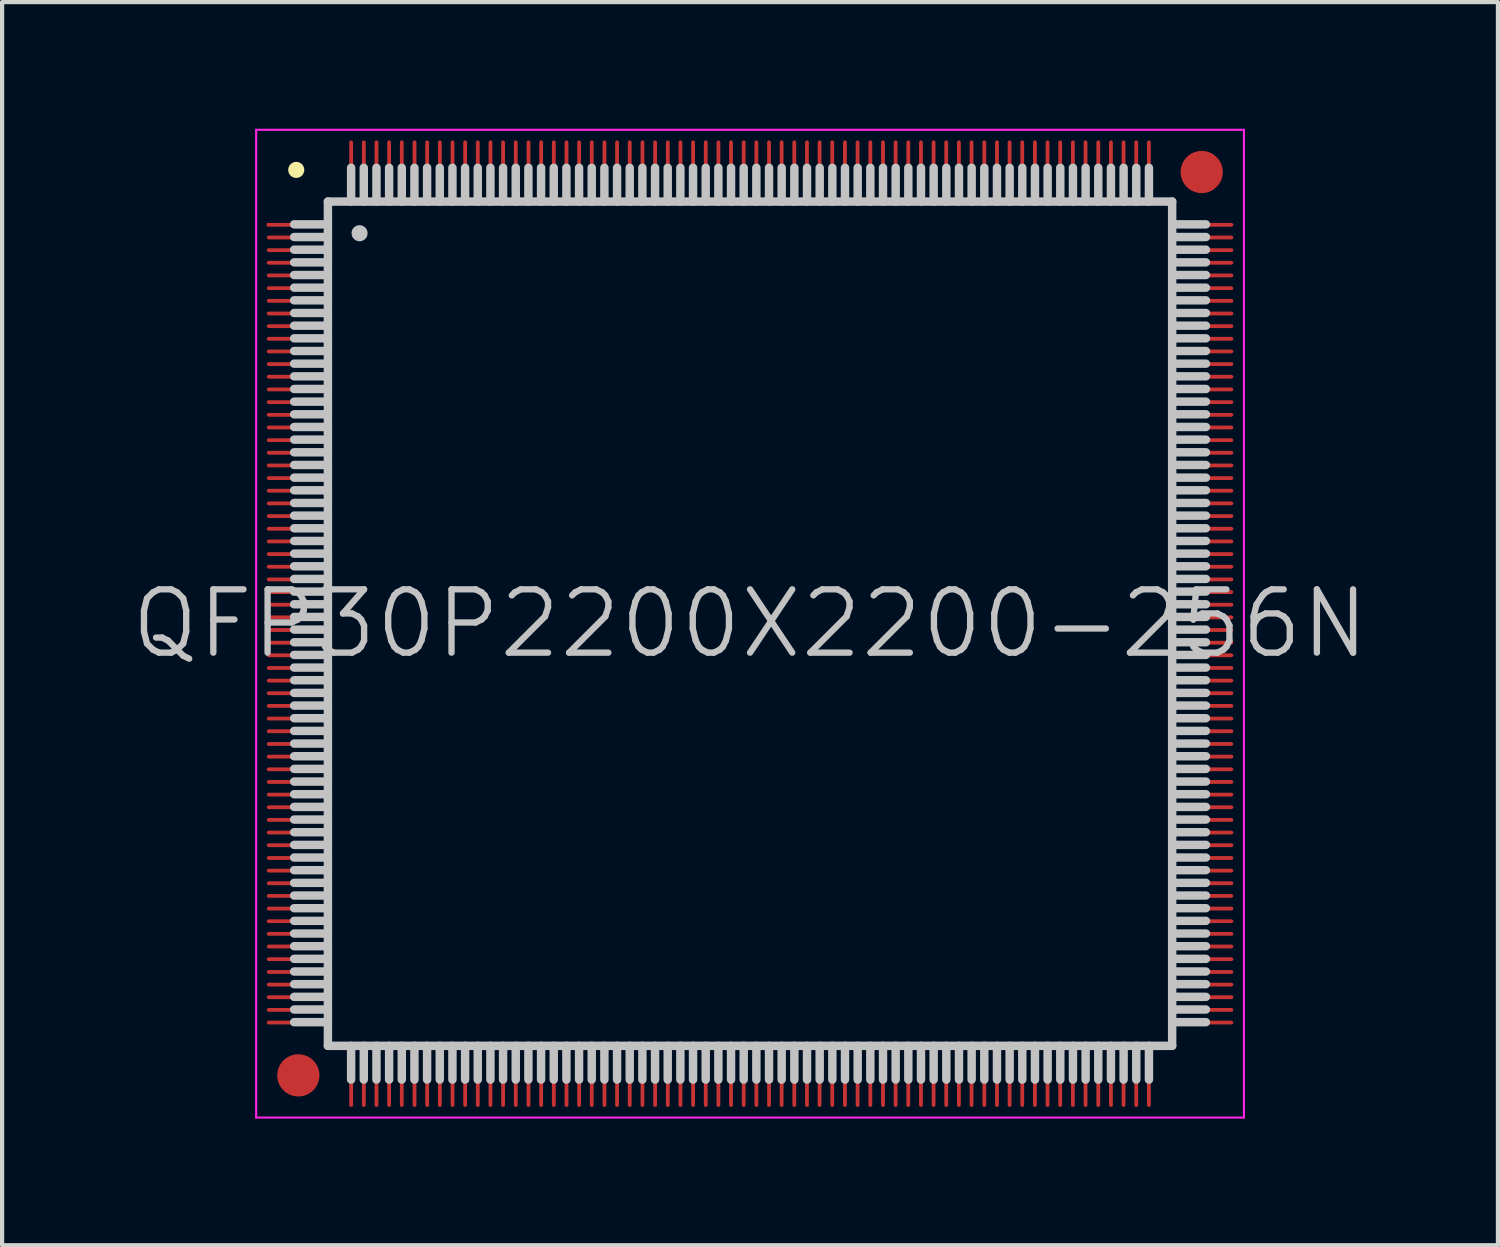
<source format=kicad_pcb>
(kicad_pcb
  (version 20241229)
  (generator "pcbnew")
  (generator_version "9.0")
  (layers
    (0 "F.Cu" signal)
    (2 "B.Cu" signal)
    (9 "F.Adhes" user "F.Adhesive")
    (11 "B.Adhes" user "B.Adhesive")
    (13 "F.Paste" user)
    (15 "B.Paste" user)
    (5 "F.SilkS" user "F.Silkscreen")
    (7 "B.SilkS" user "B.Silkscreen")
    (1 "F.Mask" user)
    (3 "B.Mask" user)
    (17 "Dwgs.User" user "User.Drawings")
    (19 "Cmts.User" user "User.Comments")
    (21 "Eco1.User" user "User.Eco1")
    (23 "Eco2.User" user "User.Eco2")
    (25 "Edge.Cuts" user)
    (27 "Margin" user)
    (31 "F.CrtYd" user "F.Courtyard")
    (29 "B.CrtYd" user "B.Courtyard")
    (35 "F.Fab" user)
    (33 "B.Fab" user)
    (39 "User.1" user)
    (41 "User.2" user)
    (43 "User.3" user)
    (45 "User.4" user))
  (footprint "QFP30P2200X2200-256N"
    (layer "F.Cu")
    (at 14.718 11.725)
    (property "Reference" "QFP30P2200X2200-256N" (at 0 0 0) (layer "Dwgs.User") (effects (font (size 1.5 1.5) (thickness 0.15))))
    (attr smd)
    (fp_line (start -10.75 -10.75) (end -10.75 -10.75) (stroke (width 0.381) (type solid)) (layer "F.SilkS"))
    (fp_line (start -10 -10) (end -10 10) (stroke (width 0.2) (type solid)) (layer "Dwgs.User"))
    (fp_line (start -10 -10) (end 10 -10) (stroke (width 0.2) (type solid)) (layer "Dwgs.User"))
    (fp_line (start -10 -9.46) (end -10.8 -9.46) (stroke (width 0.2) (type solid)) (layer "Dwgs.User"))
    (fp_line (start -10 -9.16) (end -10.8 -9.16) (stroke (width 0.2) (type solid)) (layer "Dwgs.User"))
    (fp_line (start -10 -8.86) (end -10.8 -8.86) (stroke (width 0.2) (type solid)) (layer "Dwgs.User"))
    (fp_line (start -10 -8.56) (end -10.8 -8.56) (stroke (width 0.2) (type solid)) (layer "Dwgs.User"))
    (fp_line (start -10 -8.26) (end -10.8 -8.26) (stroke (width 0.2) (type solid)) (layer "Dwgs.User"))
    (fp_line (start -10 -7.96) (end -10.8 -7.96) (stroke (width 0.2) (type solid)) (layer "Dwgs.User"))
    (fp_line (start -10 -7.66) (end -10.8 -7.66) (stroke (width 0.2) (type solid)) (layer "Dwgs.User"))
    (fp_line (start -10 -7.36) (end -10.8 -7.36) (stroke (width 0.2) (type solid)) (layer "Dwgs.User"))
    (fp_line (start -10 -7.06) (end -10.8 -7.06) (stroke (width 0.2) (type solid)) (layer "Dwgs.User"))
    (fp_line (start -10 -6.76) (end -10.8 -6.76) (stroke (width 0.2) (type solid)) (layer "Dwgs.User"))
    (fp_line (start -10 -6.46) (end -10.8 -6.46) (stroke (width 0.2) (type solid)) (layer "Dwgs.User"))
    (fp_line (start -10 -6.16) (end -10.8 -6.16) (stroke (width 0.2) (type solid)) (layer "Dwgs.User"))
    (fp_line (start -10 -5.86) (end -10.8 -5.86) (stroke (width 0.2) (type solid)) (layer "Dwgs.User"))
    (fp_line (start -10 -5.56) (end -10.8 -5.56) (stroke (width 0.2) (type solid)) (layer "Dwgs.User"))
    (fp_line (start -10 -5.26) (end -10.8 -5.26) (stroke (width 0.2) (type solid)) (layer "Dwgs.User"))
    (fp_line (start -10 -4.96) (end -10.8 -4.96) (stroke (width 0.2) (type solid)) (layer "Dwgs.User"))
    (fp_line (start -10 -4.66) (end -10.8 -4.66) (stroke (width 0.2) (type solid)) (layer "Dwgs.User"))
    (fp_line (start -10 -4.36) (end -10.8 -4.36) (stroke (width 0.2) (type solid)) (layer "Dwgs.User"))
    (fp_line (start -10 -4.06) (end -10.8 -4.06) (stroke (width 0.2) (type solid)) (layer "Dwgs.User"))
    (fp_line (start -10 -3.76) (end -10.8 -3.76) (stroke (width 0.2) (type solid)) (layer "Dwgs.User"))
    (fp_line (start -10 -3.46) (end -10.8 -3.46) (stroke (width 0.2) (type solid)) (layer "Dwgs.User"))
    (fp_line (start -10 -3.16) (end -10.8 -3.16) (stroke (width 0.2) (type solid)) (layer "Dwgs.User"))
    (fp_line (start -10 -2.86) (end -10.8 -2.86) (stroke (width 0.2) (type solid)) (layer "Dwgs.User"))
    (fp_line (start -10 -2.56) (end -10.8 -2.56) (stroke (width 0.2) (type solid)) (layer "Dwgs.User"))
    (fp_line (start -10 -2.26) (end -10.8 -2.26) (stroke (width 0.2) (type solid)) (layer "Dwgs.User"))
    (fp_line (start -10 -1.96) (end -10.8 -1.96) (stroke (width 0.2) (type solid)) (layer "Dwgs.User"))
    (fp_line (start -10 -1.66) (end -10.8 -1.66) (stroke (width 0.2) (type solid)) (layer "Dwgs.User"))
    (fp_line (start -10 -1.36) (end -10.8 -1.36) (stroke (width 0.2) (type solid)) (layer "Dwgs.User"))
    (fp_line (start -10 -1.06) (end -10.8 -1.06) (stroke (width 0.2) (type solid)) (layer "Dwgs.User"))
    (fp_line (start -10 -0.76) (end -10.8 -0.76) (stroke (width 0.2) (type solid)) (layer "Dwgs.User"))
    (fp_line (start -10 -0.46) (end -10.8 -0.46) (stroke (width 0.2) (type solid)) (layer "Dwgs.User"))
    (fp_line (start -10 -0.16) (end -10.8 -0.16) (stroke (width 0.2) (type solid)) (layer "Dwgs.User"))
    (fp_line (start -10 0.14) (end -10.8 0.14) (stroke (width 0.2) (type solid)) (layer "Dwgs.User"))
    (fp_line (start -10 0.44) (end -10.8 0.44) (stroke (width 0.2) (type solid)) (layer "Dwgs.User"))
    (fp_line (start -10 0.74) (end -10.8 0.74) (stroke (width 0.2) (type solid)) (layer "Dwgs.User"))
    (fp_line (start -10 1.04) (end -10.8 1.04) (stroke (width 0.2) (type solid)) (layer "Dwgs.User"))
    (fp_line (start -10 1.34) (end -10.8 1.34) (stroke (width 0.2) (type solid)) (layer "Dwgs.User"))
    (fp_line (start -10 1.64) (end -10.8 1.64) (stroke (width 0.2) (type solid)) (layer "Dwgs.User"))
    (fp_line (start -10 1.94) (end -10.8 1.94) (stroke (width 0.2) (type solid)) (layer "Dwgs.User"))
    (fp_line (start -10 2.24) (end -10.8 2.24) (stroke (width 0.2) (type solid)) (layer "Dwgs.User"))
    (fp_line (start -10 2.54) (end -10.8 2.54) (stroke (width 0.2) (type solid)) (layer "Dwgs.User"))
    (fp_line (start -10 2.84) (end -10.8 2.84) (stroke (width 0.2) (type solid)) (layer "Dwgs.User"))
    (fp_line (start -10 3.14) (end -10.8 3.14) (stroke (width 0.2) (type solid)) (layer "Dwgs.User"))
    (fp_line (start -10 3.44) (end -10.8 3.44) (stroke (width 0.2) (type solid)) (layer "Dwgs.User"))
    (fp_line (start -10 3.74) (end -10.8 3.74) (stroke (width 0.2) (type solid)) (layer "Dwgs.User"))
    (fp_line (start -10 4.04) (end -10.8 4.04) (stroke (width 0.2) (type solid)) (layer "Dwgs.User"))
    (fp_line (start -10 4.34) (end -10.8 4.34) (stroke (width 0.2) (type solid)) (layer "Dwgs.User"))
    (fp_line (start -10 4.64) (end -10.8 4.64) (stroke (width 0.2) (type solid)) (layer "Dwgs.User"))
    (fp_line (start -10 4.94) (end -10.8 4.94) (stroke (width 0.2) (type solid)) (layer "Dwgs.User"))
    (fp_line (start -10 5.24) (end -10.8 5.24) (stroke (width 0.2) (type solid)) (layer "Dwgs.User"))
    (fp_line (start -10 5.54) (end -10.8 5.54) (stroke (width 0.2) (type solid)) (layer "Dwgs.User"))
    (fp_line (start -10 5.84) (end -10.8 5.84) (stroke (width 0.2) (type solid)) (layer "Dwgs.User"))
    (fp_line (start -10 6.14) (end -10.8 6.14) (stroke (width 0.2) (type solid)) (layer "Dwgs.User"))
    (fp_line (start -10 6.44) (end -10.8 6.44) (stroke (width 0.2) (type solid)) (layer "Dwgs.User"))
    (fp_line (start -10 6.74) (end -10.8 6.74) (stroke (width 0.2) (type solid)) (layer "Dwgs.User"))
    (fp_line (start -10 7.04) (end -10.8 7.04) (stroke (width 0.2) (type solid)) (layer "Dwgs.User"))
    (fp_line (start -10 7.34) (end -10.8 7.34) (stroke (width 0.2) (type solid)) (layer "Dwgs.User"))
    (fp_line (start -10 7.64) (end -10.8 7.64) (stroke (width 0.2) (type solid)) (layer "Dwgs.User"))
    (fp_line (start -10 7.94) (end -10.8 7.94) (stroke (width 0.2) (type solid)) (layer "Dwgs.User"))
    (fp_line (start -10 8.24) (end -10.8 8.24) (stroke (width 0.2) (type solid)) (layer "Dwgs.User"))
    (fp_line (start -10 8.54) (end -10.8 8.54) (stroke (width 0.2) (type solid)) (layer "Dwgs.User"))
    (fp_line (start -10 8.84) (end -10.8 8.84) (stroke (width 0.2) (type solid)) (layer "Dwgs.User"))
    (fp_line (start -10 9.14) (end -10.8 9.14) (stroke (width 0.2) (type solid)) (layer "Dwgs.User"))
    (fp_line (start -10 9.44) (end -10.8 9.44) (stroke (width 0.2) (type solid)) (layer "Dwgs.User"))
    (fp_line (start -10 10) (end 10 10) (stroke (width 0.2) (type solid)) (layer "Dwgs.User"))
    (fp_line (start -9.45 -10) (end -9.45 -10.8) (stroke (width 0.2) (type solid)) (layer "Dwgs.User"))
    (fp_line (start -9.45 10.8) (end -9.45 10) (stroke (width 0.2) (type solid)) (layer "Dwgs.User"))
    (fp_line (start -9.25 -9.25) (end -9.25 -9.25) (stroke (width 0.381) (type solid)) (layer "Dwgs.User"))
    (fp_line (start -9.15 -10) (end -9.15 -10.8) (stroke (width 0.2) (type solid)) (layer "Dwgs.User"))
    (fp_line (start -9.15 10.8) (end -9.15 10) (stroke (width 0.2) (type solid)) (layer "Dwgs.User"))
    (fp_line (start -8.85 -10) (end -8.85 -10.8) (stroke (width 0.2) (type solid)) (layer "Dwgs.User"))
    (fp_line (start -8.85 10.8) (end -8.85 10) (stroke (width 0.2) (type solid)) (layer "Dwgs.User"))
    (fp_line (start -8.55 -10) (end -8.55 -10.8) (stroke (width 0.2) (type solid)) (layer "Dwgs.User"))
    (fp_line (start -8.55 10.8) (end -8.55 10) (stroke (width 0.2) (type solid)) (layer "Dwgs.User"))
    (fp_line (start -8.25 -10) (end -8.25 -10.8) (stroke (width 0.2) (type solid)) (layer "Dwgs.User"))
    (fp_line (start -8.25 10.8) (end -8.25 10) (stroke (width 0.2) (type solid)) (layer "Dwgs.User"))
    (fp_line (start -7.95 -10) (end -7.95 -10.8) (stroke (width 0.2) (type solid)) (layer "Dwgs.User"))
    (fp_line (start -7.95 10.8) (end -7.95 10) (stroke (width 0.2) (type solid)) (layer "Dwgs.User"))
    (fp_line (start -7.65 -10) (end -7.65 -10.8) (stroke (width 0.2) (type solid)) (layer "Dwgs.User"))
    (fp_line (start -7.65 10.8) (end -7.65 10) (stroke (width 0.2) (type solid)) (layer "Dwgs.User"))
    (fp_line (start -7.35 -10) (end -7.35 -10.8) (stroke (width 0.2) (type solid)) (layer "Dwgs.User"))
    (fp_line (start -7.35 10.8) (end -7.35 10) (stroke (width 0.2) (type solid)) (layer "Dwgs.User"))
    (fp_line (start -7.05 -10) (end -7.05 -10.8) (stroke (width 0.2) (type solid)) (layer "Dwgs.User"))
    (fp_line (start -7.05 10.8) (end -7.05 10) (stroke (width 0.2) (type solid)) (layer "Dwgs.User"))
    (fp_line (start -6.75 -10) (end -6.75 -10.8) (stroke (width 0.2) (type solid)) (layer "Dwgs.User"))
    (fp_line (start -6.75 10.8) (end -6.75 10) (stroke (width 0.2) (type solid)) (layer "Dwgs.User"))
    (fp_line (start -6.45 -10) (end -6.45 -10.8) (stroke (width 0.2) (type solid)) (layer "Dwgs.User"))
    (fp_line (start -6.45 10.8) (end -6.45 10) (stroke (width 0.2) (type solid)) (layer "Dwgs.User"))
    (fp_line (start -6.15 -10) (end -6.15 -10.8) (stroke (width 0.2) (type solid)) (layer "Dwgs.User"))
    (fp_line (start -6.15 10.8) (end -6.15 10) (stroke (width 0.2) (type solid)) (layer "Dwgs.User"))
    (fp_line (start -5.85 -10) (end -5.85 -10.8) (stroke (width 0.2) (type solid)) (layer "Dwgs.User"))
    (fp_line (start -5.85 10.8) (end -5.85 10) (stroke (width 0.2) (type solid)) (layer "Dwgs.User"))
    (fp_line (start -5.55 -10) (end -5.55 -10.8) (stroke (width 0.2) (type solid)) (layer "Dwgs.User"))
    (fp_line (start -5.55 10.8) (end -5.55 10) (stroke (width 0.2) (type solid)) (layer "Dwgs.User"))
    (fp_line (start -5.25 -10) (end -5.25 -10.8) (stroke (width 0.2) (type solid)) (layer "Dwgs.User"))
    (fp_line (start -5.25 10.8) (end -5.25 10) (stroke (width 0.2) (type solid)) (layer "Dwgs.User"))
    (fp_line (start -4.95 -10) (end -4.95 -10.8) (stroke (width 0.2) (type solid)) (layer "Dwgs.User"))
    (fp_line (start -4.95 10.8) (end -4.95 10) (stroke (width 0.2) (type solid)) (layer "Dwgs.User"))
    (fp_line (start -4.65 -10) (end -4.65 -10.8) (stroke (width 0.2) (type solid)) (layer "Dwgs.User"))
    (fp_line (start -4.65 10.8) (end -4.65 10) (stroke (width 0.2) (type solid)) (layer "Dwgs.User"))
    (fp_line (start -4.35 -10) (end -4.35 -10.8) (stroke (width 0.2) (type solid)) (layer "Dwgs.User"))
    (fp_line (start -4.35 10.8) (end -4.35 10) (stroke (width 0.2) (type solid)) (layer "Dwgs.User"))
    (fp_line (start -4.05 -10) (end -4.05 -10.8) (stroke (width 0.2) (type solid)) (layer "Dwgs.User"))
    (fp_line (start -4.05 10.8) (end -4.05 10) (stroke (width 0.2) (type solid)) (layer "Dwgs.User"))
    (fp_line (start -3.75 -10) (end -3.75 -10.8) (stroke (width 0.2) (type solid)) (layer "Dwgs.User"))
    (fp_line (start -3.75 10.8) (end -3.75 10) (stroke (width 0.2) (type solid)) (layer "Dwgs.User"))
    (fp_line (start -3.45 -10) (end -3.45 -10.8) (stroke (width 0.2) (type solid)) (layer "Dwgs.User"))
    (fp_line (start -3.45 10.8) (end -3.45 10) (stroke (width 0.2) (type solid)) (layer "Dwgs.User"))
    (fp_line (start -3.15 -10) (end -3.15 -10.8) (stroke (width 0.2) (type solid)) (layer "Dwgs.User"))
    (fp_line (start -3.15 10.8) (end -3.15 10) (stroke (width 0.2) (type solid)) (layer "Dwgs.User"))
    (fp_line (start -2.85 -10) (end -2.85 -10.8) (stroke (width 0.2) (type solid)) (layer "Dwgs.User"))
    (fp_line (start -2.85 10.8) (end -2.85 10) (stroke (width 0.2) (type solid)) (layer "Dwgs.User"))
    (fp_line (start -2.55 -10) (end -2.55 -10.8) (stroke (width 0.2) (type solid)) (layer "Dwgs.User"))
    (fp_line (start -2.55 10.8) (end -2.55 10) (stroke (width 0.2) (type solid)) (layer "Dwgs.User"))
    (fp_line (start -2.25 -10) (end -2.25 -10.8) (stroke (width 0.2) (type solid)) (layer "Dwgs.User"))
    (fp_line (start -2.25 10.8) (end -2.25 10) (stroke (width 0.2) (type solid)) (layer "Dwgs.User"))
    (fp_line (start -1.95 -10) (end -1.95 -10.8) (stroke (width 0.2) (type solid)) (layer "Dwgs.User"))
    (fp_line (start -1.95 10.8) (end -1.95 10) (stroke (width 0.2) (type solid)) (layer "Dwgs.User"))
    (fp_line (start -1.65 -10) (end -1.65 -10.8) (stroke (width 0.2) (type solid)) (layer "Dwgs.User"))
    (fp_line (start -1.65 10.8) (end -1.65 10) (stroke (width 0.2) (type solid)) (layer "Dwgs.User"))
    (fp_line (start -1.35 -10) (end -1.35 -10.8) (stroke (width 0.2) (type solid)) (layer "Dwgs.User"))
    (fp_line (start -1.35 10.8) (end -1.35 10) (stroke (width 0.2) (type solid)) (layer "Dwgs.User"))
    (fp_line (start -1.05 -10) (end -1.05 -10.8) (stroke (width 0.2) (type solid)) (layer "Dwgs.User"))
    (fp_line (start -1.05 10.8) (end -1.05 10) (stroke (width 0.2) (type solid)) (layer "Dwgs.User"))
    (fp_line (start -0.75 -10) (end -0.75 -10.8) (stroke (width 0.2) (type solid)) (layer "Dwgs.User"))
    (fp_line (start -0.75 10.8) (end -0.75 10) (stroke (width 0.2) (type solid)) (layer "Dwgs.User"))
    (fp_line (start -0.45 -10) (end -0.45 -10.8) (stroke (width 0.2) (type solid)) (layer "Dwgs.User"))
    (fp_line (start -0.45 10.8) (end -0.45 10) (stroke (width 0.2) (type solid)) (layer "Dwgs.User"))
    (fp_line (start -0.15 -10) (end -0.15 -10.8) (stroke (width 0.2) (type solid)) (layer "Dwgs.User"))
    (fp_line (start -0.15 10.8) (end -0.15 10) (stroke (width 0.2) (type solid)) (layer "Dwgs.User"))
    (fp_line (start 0.15 -10) (end 0.15 -10.8) (stroke (width 0.2) (type solid)) (layer "Dwgs.User"))
    (fp_line (start 0.15 10.8) (end 0.15 10) (stroke (width 0.2) (type solid)) (layer "Dwgs.User"))
    (fp_line (start 0.45 -10) (end 0.45 -10.8) (stroke (width 0.2) (type solid)) (layer "Dwgs.User"))
    (fp_line (start 0.45 10.8) (end 0.45 10) (stroke (width 0.2) (type solid)) (layer "Dwgs.User"))
    (fp_line (start 0.75 -10) (end 0.75 -10.8) (stroke (width 0.2) (type solid)) (layer "Dwgs.User"))
    (fp_line (start 0.75 10.8) (end 0.75 10) (stroke (width 0.2) (type solid)) (layer "Dwgs.User"))
    (fp_line (start 1.05 -10) (end 1.05 -10.8) (stroke (width 0.2) (type solid)) (layer "Dwgs.User"))
    (fp_line (start 1.05 10.8) (end 1.05 10) (stroke (width 0.2) (type solid)) (layer "Dwgs.User"))
    (fp_line (start 1.35 -10) (end 1.35 -10.8) (stroke (width 0.2) (type solid)) (layer "Dwgs.User"))
    (fp_line (start 1.35 10.8) (end 1.35 10) (stroke (width 0.2) (type solid)) (layer "Dwgs.User"))
    (fp_line (start 1.65 -10) (end 1.65 -10.8) (stroke (width 0.2) (type solid)) (layer "Dwgs.User"))
    (fp_line (start 1.65 10.8) (end 1.65 10) (stroke (width 0.2) (type solid)) (layer "Dwgs.User"))
    (fp_line (start 1.95 -10) (end 1.95 -10.8) (stroke (width 0.2) (type solid)) (layer "Dwgs.User"))
    (fp_line (start 1.95 10.8) (end 1.95 10) (stroke (width 0.2) (type solid)) (layer "Dwgs.User"))
    (fp_line (start 2.25 -10) (end 2.25 -10.8) (stroke (width 0.2) (type solid)) (layer "Dwgs.User"))
    (fp_line (start 2.25 10.8) (end 2.25 10) (stroke (width 0.2) (type solid)) (layer "Dwgs.User"))
    (fp_line (start 2.55 -10) (end 2.55 -10.8) (stroke (width 0.2) (type solid)) (layer "Dwgs.User"))
    (fp_line (start 2.55 10.8) (end 2.55 10) (stroke (width 0.2) (type solid)) (layer "Dwgs.User"))
    (fp_line (start 2.85 -10) (end 2.85 -10.8) (stroke (width 0.2) (type solid)) (layer "Dwgs.User"))
    (fp_line (start 2.85 10.8) (end 2.85 10) (stroke (width 0.2) (type solid)) (layer "Dwgs.User"))
    (fp_line (start 3.15 -10) (end 3.15 -10.8) (stroke (width 0.2) (type solid)) (layer "Dwgs.User"))
    (fp_line (start 3.15 10.8) (end 3.15 10) (stroke (width 0.2) (type solid)) (layer "Dwgs.User"))
    (fp_line (start 3.45 -10) (end 3.45 -10.8) (stroke (width 0.2) (type solid)) (layer "Dwgs.User"))
    (fp_line (start 3.45 10.8) (end 3.45 10) (stroke (width 0.2) (type solid)) (layer "Dwgs.User"))
    (fp_line (start 3.75 -10) (end 3.75 -10.8) (stroke (width 0.2) (type solid)) (layer "Dwgs.User"))
    (fp_line (start 3.75 10.8) (end 3.75 10) (stroke (width 0.2) (type solid)) (layer "Dwgs.User"))
    (fp_line (start 4.05 -10) (end 4.05 -10.8) (stroke (width 0.2) (type solid)) (layer "Dwgs.User"))
    (fp_line (start 4.05 10.8) (end 4.05 10) (stroke (width 0.2) (type solid)) (layer "Dwgs.User"))
    (fp_line (start 4.35 -10) (end 4.35 -10.8) (stroke (width 0.2) (type solid)) (layer "Dwgs.User"))
    (fp_line (start 4.35 10.8) (end 4.35 10) (stroke (width 0.2) (type solid)) (layer "Dwgs.User"))
    (fp_line (start 4.65 -10) (end 4.65 -10.8) (stroke (width 0.2) (type solid)) (layer "Dwgs.User"))
    (fp_line (start 4.65 10.8) (end 4.65 10) (stroke (width 0.2) (type solid)) (layer "Dwgs.User"))
    (fp_line (start 4.95 -10) (end 4.95 -10.8) (stroke (width 0.2) (type solid)) (layer "Dwgs.User"))
    (fp_line (start 4.95 10.8) (end 4.95 10) (stroke (width 0.2) (type solid)) (layer "Dwgs.User"))
    (fp_line (start 5.25 -10) (end 5.25 -10.8) (stroke (width 0.2) (type solid)) (layer "Dwgs.User"))
    (fp_line (start 5.25 10.8) (end 5.25 10) (stroke (width 0.2) (type solid)) (layer "Dwgs.User"))
    (fp_line (start 5.55 -10) (end 5.55 -10.8) (stroke (width 0.2) (type solid)) (layer "Dwgs.User"))
    (fp_line (start 5.55 10.8) (end 5.55 10) (stroke (width 0.2) (type solid)) (layer "Dwgs.User"))
    (fp_line (start 5.85 -10) (end 5.85 -10.8) (stroke (width 0.2) (type solid)) (layer "Dwgs.User"))
    (fp_line (start 5.85 10.8) (end 5.85 10) (stroke (width 0.2) (type solid)) (layer "Dwgs.User"))
    (fp_line (start 6.15 -10) (end 6.15 -10.8) (stroke (width 0.2) (type solid)) (layer "Dwgs.User"))
    (fp_line (start 6.15 10.8) (end 6.15 10) (stroke (width 0.2) (type solid)) (layer "Dwgs.User"))
    (fp_line (start 6.45 -10) (end 6.45 -10.8) (stroke (width 0.2) (type solid)) (layer "Dwgs.User"))
    (fp_line (start 6.45 10.8) (end 6.45 10) (stroke (width 0.2) (type solid)) (layer "Dwgs.User"))
    (fp_line (start 6.75 -10) (end 6.75 -10.8) (stroke (width 0.2) (type solid)) (layer "Dwgs.User"))
    (fp_line (start 6.75 10.8) (end 6.75 10) (stroke (width 0.2) (type solid)) (layer "Dwgs.User"))
    (fp_line (start 7.05 -10) (end 7.05 -10.8) (stroke (width 0.2) (type solid)) (layer "Dwgs.User"))
    (fp_line (start 7.05 10.8) (end 7.05 10) (stroke (width 0.2) (type solid)) (layer "Dwgs.User"))
    (fp_line (start 7.35 -10) (end 7.35 -10.8) (stroke (width 0.2) (type solid)) (layer "Dwgs.User"))
    (fp_line (start 7.35 10.8) (end 7.35 10) (stroke (width 0.2) (type solid)) (layer "Dwgs.User"))
    (fp_line (start 7.65 -10) (end 7.65 -10.8) (stroke (width 0.2) (type solid)) (layer "Dwgs.User"))
    (fp_line (start 7.65 10.8) (end 7.65 10) (stroke (width 0.2) (type solid)) (layer "Dwgs.User"))
    (fp_line (start 7.95 -10) (end 7.95 -10.8) (stroke (width 0.2) (type solid)) (layer "Dwgs.User"))
    (fp_line (start 7.95 10.8) (end 7.95 10) (stroke (width 0.2) (type solid)) (layer "Dwgs.User"))
    (fp_line (start 8.25 -10) (end 8.25 -10.8) (stroke (width 0.2) (type solid)) (layer "Dwgs.User"))
    (fp_line (start 8.25 10.8) (end 8.25 10) (stroke (width 0.2) (type solid)) (layer "Dwgs.User"))
    (fp_line (start 8.55 -10) (end 8.55 -10.8) (stroke (width 0.2) (type solid)) (layer "Dwgs.User"))
    (fp_line (start 8.55 10.8) (end 8.55 10) (stroke (width 0.2) (type solid)) (layer "Dwgs.User"))
    (fp_line (start 8.85 -10) (end 8.85 -10.8) (stroke (width 0.2) (type solid)) (layer "Dwgs.User"))
    (fp_line (start 8.85 10.8) (end 8.85 10) (stroke (width 0.2) (type solid)) (layer "Dwgs.User"))
    (fp_line (start 9.15 -10) (end 9.15 -10.8) (stroke (width 0.2) (type solid)) (layer "Dwgs.User"))
    (fp_line (start 9.15 10.8) (end 9.15 10) (stroke (width 0.2) (type solid)) (layer "Dwgs.User"))
    (fp_line (start 9.45 -10) (end 9.45 -10.8) (stroke (width 0.2) (type solid)) (layer "Dwgs.User"))
    (fp_line (start 9.45 10.8) (end 9.45 10) (stroke (width 0.2) (type solid)) (layer "Dwgs.User"))
    (fp_line (start 10 -10) (end 10 10) (stroke (width 0.2) (type solid)) (layer "Dwgs.User"))
    (fp_line (start 10.8 -9.46) (end 10 -9.46) (stroke (width 0.2) (type solid)) (layer "Dwgs.User"))
    (fp_line (start 10.8 -9.16) (end 10 -9.16) (stroke (width 0.2) (type solid)) (layer "Dwgs.User"))
    (fp_line (start 10.8 -8.86) (end 10 -8.86) (stroke (width 0.2) (type solid)) (layer "Dwgs.User"))
    (fp_line (start 10.8 -8.56) (end 10 -8.56) (stroke (width 0.2) (type solid)) (layer "Dwgs.User"))
    (fp_line (start 10.8 -8.26) (end 10 -8.26) (stroke (width 0.2) (type solid)) (layer "Dwgs.User"))
    (fp_line (start 10.8 -7.96) (end 10 -7.96) (stroke (width 0.2) (type solid)) (layer "Dwgs.User"))
    (fp_line (start 10.8 -7.66) (end 10 -7.66) (stroke (width 0.2) (type solid)) (layer "Dwgs.User"))
    (fp_line (start 10.8 -7.36) (end 10 -7.36) (stroke (width 0.2) (type solid)) (layer "Dwgs.User"))
    (fp_line (start 10.8 -7.06) (end 10 -7.06) (stroke (width 0.2) (type solid)) (layer "Dwgs.User"))
    (fp_line (start 10.8 -6.76) (end 10 -6.76) (stroke (width 0.2) (type solid)) (layer "Dwgs.User"))
    (fp_line (start 10.8 -6.46) (end 10 -6.46) (stroke (width 0.2) (type solid)) (layer "Dwgs.User"))
    (fp_line (start 10.8 -6.16) (end 10 -6.16) (stroke (width 0.2) (type solid)) (layer "Dwgs.User"))
    (fp_line (start 10.8 -5.86) (end 10 -5.86) (stroke (width 0.2) (type solid)) (layer "Dwgs.User"))
    (fp_line (start 10.8 -5.56) (end 10 -5.56) (stroke (width 0.2) (type solid)) (layer "Dwgs.User"))
    (fp_line (start 10.8 -5.26) (end 10 -5.26) (stroke (width 0.2) (type solid)) (layer "Dwgs.User"))
    (fp_line (start 10.8 -4.96) (end 10 -4.96) (stroke (width 0.2) (type solid)) (layer "Dwgs.User"))
    (fp_line (start 10.8 -4.66) (end 10 -4.66) (stroke (width 0.2) (type solid)) (layer "Dwgs.User"))
    (fp_line (start 10.8 -4.36) (end 10 -4.36) (stroke (width 0.2) (type solid)) (layer "Dwgs.User"))
    (fp_line (start 10.8 -4.06) (end 10 -4.06) (stroke (width 0.2) (type solid)) (layer "Dwgs.User"))
    (fp_line (start 10.8 -3.76) (end 10 -3.76) (stroke (width 0.2) (type solid)) (layer "Dwgs.User"))
    (fp_line (start 10.8 -3.46) (end 10 -3.46) (stroke (width 0.2) (type solid)) (layer "Dwgs.User"))
    (fp_line (start 10.8 -3.16) (end 10 -3.16) (stroke (width 0.2) (type solid)) (layer "Dwgs.User"))
    (fp_line (start 10.8 -2.86) (end 10 -2.86) (stroke (width 0.2) (type solid)) (layer "Dwgs.User"))
    (fp_line (start 10.8 -2.56) (end 10 -2.56) (stroke (width 0.2) (type solid)) (layer "Dwgs.User"))
    (fp_line (start 10.8 -2.26) (end 10 -2.26) (stroke (width 0.2) (type solid)) (layer "Dwgs.User"))
    (fp_line (start 10.8 -1.96) (end 10 -1.96) (stroke (width 0.2) (type solid)) (layer "Dwgs.User"))
    (fp_line (start 10.8 -1.66) (end 10 -1.66) (stroke (width 0.2) (type solid)) (layer "Dwgs.User"))
    (fp_line (start 10.8 -1.36) (end 10 -1.36) (stroke (width 0.2) (type solid)) (layer "Dwgs.User"))
    (fp_line (start 10.8 -1.06) (end 10 -1.06) (stroke (width 0.2) (type solid)) (layer "Dwgs.User"))
    (fp_line (start 10.8 -0.76) (end 10 -0.76) (stroke (width 0.2) (type solid)) (layer "Dwgs.User"))
    (fp_line (start 10.8 -0.46) (end 10 -0.46) (stroke (width 0.2) (type solid)) (layer "Dwgs.User"))
    (fp_line (start 10.8 -0.16) (end 10 -0.16) (stroke (width 0.2) (type solid)) (layer "Dwgs.User"))
    (fp_line (start 10.8 0.14) (end 10 0.14) (stroke (width 0.2) (type solid)) (layer "Dwgs.User"))
    (fp_line (start 10.8 0.44) (end 10 0.44) (stroke (width 0.2) (type solid)) (layer "Dwgs.User"))
    (fp_line (start 10.8 0.74) (end 10 0.74) (stroke (width 0.2) (type solid)) (layer "Dwgs.User"))
    (fp_line (start 10.8 1.04) (end 10 1.04) (stroke (width 0.2) (type solid)) (layer "Dwgs.User"))
    (fp_line (start 10.8 1.34) (end 10 1.34) (stroke (width 0.2) (type solid)) (layer "Dwgs.User"))
    (fp_line (start 10.8 1.64) (end 10 1.64) (stroke (width 0.2) (type solid)) (layer "Dwgs.User"))
    (fp_line (start 10.8 1.94) (end 10 1.94) (stroke (width 0.2) (type solid)) (layer "Dwgs.User"))
    (fp_line (start 10.8 2.24) (end 10 2.24) (stroke (width 0.2) (type solid)) (layer "Dwgs.User"))
    (fp_line (start 10.8 2.54) (end 10 2.54) (stroke (width 0.2) (type solid)) (layer "Dwgs.User"))
    (fp_line (start 10.8 2.84) (end 10 2.84) (stroke (width 0.2) (type solid)) (layer "Dwgs.User"))
    (fp_line (start 10.8 3.14) (end 10 3.14) (stroke (width 0.2) (type solid)) (layer "Dwgs.User"))
    (fp_line (start 10.8 3.44) (end 10 3.44) (stroke (width 0.2) (type solid)) (layer "Dwgs.User"))
    (fp_line (start 10.8 3.74) (end 10 3.74) (stroke (width 0.2) (type solid)) (layer "Dwgs.User"))
    (fp_line (start 10.8 4.04) (end 10 4.04) (stroke (width 0.2) (type solid)) (layer "Dwgs.User"))
    (fp_line (start 10.8 4.34) (end 10 4.34) (stroke (width 0.2) (type solid)) (layer "Dwgs.User"))
    (fp_line (start 10.8 4.64) (end 10 4.64) (stroke (width 0.2) (type solid)) (layer "Dwgs.User"))
    (fp_line (start 10.8 4.94) (end 10 4.94) (stroke (width 0.2) (type solid)) (layer "Dwgs.User"))
    (fp_line (start 10.8 5.24) (end 10 5.24) (stroke (width 0.2) (type solid)) (layer "Dwgs.User"))
    (fp_line (start 10.8 5.54) (end 10 5.54) (stroke (width 0.2) (type solid)) (layer "Dwgs.User"))
    (fp_line (start 10.8 5.84) (end 10 5.84) (stroke (width 0.2) (type solid)) (layer "Dwgs.User"))
    (fp_line (start 10.8 6.14) (end 10 6.14) (stroke (width 0.2) (type solid)) (layer "Dwgs.User"))
    (fp_line (start 10.8 6.44) (end 10 6.44) (stroke (width 0.2) (type solid)) (layer "Dwgs.User"))
    (fp_line (start 10.8 6.74) (end 10 6.74) (stroke (width 0.2) (type solid)) (layer "Dwgs.User"))
    (fp_line (start 10.8 7.04) (end 10 7.04) (stroke (width 0.2) (type solid)) (layer "Dwgs.User"))
    (fp_line (start 10.8 7.34) (end 10 7.34) (stroke (width 0.2) (type solid)) (layer "Dwgs.User"))
    (fp_line (start 10.8 7.64) (end 10 7.64) (stroke (width 0.2) (type solid)) (layer "Dwgs.User"))
    (fp_line (start 10.8 7.94) (end 10 7.94) (stroke (width 0.2) (type solid)) (layer "Dwgs.User"))
    (fp_line (start 10.8 8.24) (end 10 8.24) (stroke (width 0.2) (type solid)) (layer "Dwgs.User"))
    (fp_line (start 10.8 8.54) (end 10 8.54) (stroke (width 0.2) (type solid)) (layer "Dwgs.User"))
    (fp_line (start 10.8 8.84) (end 10 8.84) (stroke (width 0.2) (type solid)) (layer "Dwgs.User"))
    (fp_line (start 10.8 9.14) (end 10 9.14) (stroke (width 0.2) (type solid)) (layer "Dwgs.User"))
    (fp_line (start 10.8 9.44) (end 10 9.44) (stroke (width 0.2) (type solid)) (layer "Dwgs.User"))
    (fp_line (start -11.7 -11.7) (end -11.7 11.7) (stroke (width 0.05) (type solid)) (layer "F.CrtYd"))
    (fp_line (start -11.7 -11.7) (end 11.7 -11.7) (stroke (width 0.05) (type solid)) (layer "F.CrtYd"))
    (fp_line (start -11.7 11.7) (end 11.7 11.7) (stroke (width 0.05) (type solid)) (layer "F.CrtYd"))
    (fp_line (start 11.7 -11.7) (end 11.7 11.7) (stroke (width 0.05) (type solid)) (layer "F.CrtYd"))
    (pad "" smd circle (at -10.7 10.7) (size 1 1) (layers "F.Cu" "F.Mask"))
    (pad "" smd circle (at 10.7 -10.7) (size 1 1) (layers "F.Cu" "F.Mask"))
    (pad "1" smd rect (at -10.698 -9.449 90) (size 0.09 1.5) (layers "F.Cu" "F.Mask" "F.Paste"))
    (pad "2" smd oval (at -10.698 -9.149 90) (size 0.09 1.5) (layers "F.Cu" "F.Mask" "F.Paste"))
    (pad "3" smd oval (at -10.698 -8.849 90) (size 0.09 1.5) (layers "F.Cu" "F.Mask" "F.Paste"))
    (pad "4" smd oval (at -10.698 -8.55 90) (size 0.09 1.5) (layers "F.Cu" "F.Mask" "F.Paste"))
    (pad "5" smd oval (at -10.698 -8.25 90) (size 0.09 1.5) (layers "F.Cu" "F.Mask" "F.Paste"))
    (pad "6" smd oval (at -10.698 -7.948 90) (size 0.09 1.5) (layers "F.Cu" "F.Mask" "F.Paste"))
    (pad "7" smd oval (at -10.698 -7.648 90) (size 0.09 1.5) (layers "F.Cu" "F.Mask" "F.Paste"))
    (pad "8" smd oval (at -10.698 -7.348 90) (size 0.09 1.5) (layers "F.Cu" "F.Mask" "F.Paste"))
    (pad "9" smd oval (at -10.698 -7.048 90) (size 0.09 1.5) (layers "F.Cu" "F.Mask" "F.Paste"))
    (pad "10" smd oval (at -10.698 -6.749 90) (size 0.09 1.5) (layers "F.Cu" "F.Mask" "F.Paste"))
    (pad "11" smd oval (at -10.698 -6.449 90) (size 0.09 1.5) (layers "F.Cu" "F.Mask" "F.Paste"))
    (pad "12" smd oval (at -10.698 -6.149 90) (size 0.09 1.5) (layers "F.Cu" "F.Mask" "F.Paste"))
    (pad "13" smd oval (at -10.698 -5.85 90) (size 0.09 1.5) (layers "F.Cu" "F.Mask" "F.Paste"))
    (pad "14" smd oval (at -10.698 -5.55 90) (size 0.09 1.5) (layers "F.Cu" "F.Mask" "F.Paste"))
    (pad "15" smd oval (at -10.698 -5.248 90) (size 0.09 1.5) (layers "F.Cu" "F.Mask" "F.Paste"))
    (pad "16" smd oval (at -10.698 -4.948 90) (size 0.09 1.5) (layers "F.Cu" "F.Mask" "F.Paste"))
    (pad "17" smd oval (at -10.698 -4.648 90) (size 0.09 1.5) (layers "F.Cu" "F.Mask" "F.Paste"))
    (pad "18" smd oval (at -10.698 -4.348 90) (size 0.09 1.5) (layers "F.Cu" "F.Mask" "F.Paste"))
    (pad "19" smd oval (at -10.698 -4.049 90) (size 0.09 1.5) (layers "F.Cu" "F.Mask" "F.Paste"))
    (pad "20" smd oval (at -10.698 -3.749 90) (size 0.09 1.5) (layers "F.Cu" "F.Mask" "F.Paste"))
    (pad "21" smd oval (at -10.698 -3.449 90) (size 0.09 1.5) (layers "F.Cu" "F.Mask" "F.Paste"))
    (pad "22" smd oval (at -10.698 -3.15 90) (size 0.09 1.5) (layers "F.Cu" "F.Mask" "F.Paste"))
    (pad "23" smd oval (at -10.698 -2.85 90) (size 0.09 1.5) (layers "F.Cu" "F.Mask" "F.Paste"))
    (pad "24" smd oval (at -10.698 -2.548 90) (size 0.09 1.5) (layers "F.Cu" "F.Mask" "F.Paste"))
    (pad "25" smd oval (at -10.698 -2.248 90) (size 0.09 1.5) (layers "F.Cu" "F.Mask" "F.Paste"))
    (pad "26" smd oval (at -10.698 -1.948 90) (size 0.09 1.5) (layers "F.Cu" "F.Mask" "F.Paste"))
    (pad "27" smd oval (at -10.698 -1.648 90) (size 0.09 1.5) (layers "F.Cu" "F.Mask" "F.Paste"))
    (pad "28" smd oval (at -10.698 -1.349 90) (size 0.09 1.5) (layers "F.Cu" "F.Mask" "F.Paste"))
    (pad "29" smd oval (at -10.698 -1.049 90) (size 0.09 1.5) (layers "F.Cu" "F.Mask" "F.Paste"))
    (pad "30" smd oval (at -10.698 -0.749 90) (size 0.09 1.5) (layers "F.Cu" "F.Mask" "F.Paste"))
    (pad "31" smd oval (at -10.698 -0.45 90) (size 0.09 1.5) (layers "F.Cu" "F.Mask" "F.Paste"))
    (pad "32" smd oval (at -10.698 -0.15 90) (size 0.09 1.5) (layers "F.Cu" "F.Mask" "F.Paste"))
    (pad "33" smd oval (at -10.698 0.15 90) (size 0.09 1.5) (layers "F.Cu" "F.Mask" "F.Paste"))
    (pad "34" smd oval (at -10.698 0.45 90) (size 0.09 1.5) (layers "F.Cu" "F.Mask" "F.Paste"))
    (pad "35" smd oval (at -10.698 0.749 90) (size 0.09 1.5) (layers "F.Cu" "F.Mask" "F.Paste"))
    (pad "36" smd oval (at -10.698 1.049 90) (size 0.09 1.5) (layers "F.Cu" "F.Mask" "F.Paste"))
    (pad "37" smd oval (at -10.698 1.349 90) (size 0.09 1.5) (layers "F.Cu" "F.Mask" "F.Paste"))
    (pad "38" smd oval (at -10.698 1.648 90) (size 0.09 1.5) (layers "F.Cu" "F.Mask" "F.Paste"))
    (pad "39" smd oval (at -10.698 1.948 90) (size 0.09 1.5) (layers "F.Cu" "F.Mask" "F.Paste"))
    (pad "40" smd oval (at -10.698 2.248 90) (size 0.09 1.5) (layers "F.Cu" "F.Mask" "F.Paste"))
    (pad "41" smd oval (at -10.698 2.548 90) (size 0.09 1.5) (layers "F.Cu" "F.Mask" "F.Paste"))
    (pad "42" smd oval (at -10.698 2.85 90) (size 0.09 1.5) (layers "F.Cu" "F.Mask" "F.Paste"))
    (pad "43" smd oval (at -10.698 3.15 90) (size 0.09 1.5) (layers "F.Cu" "F.Mask" "F.Paste"))
    (pad "44" smd oval (at -10.698 3.449 90) (size 0.09 1.5) (layers "F.Cu" "F.Mask" "F.Paste"))
    (pad "45" smd oval (at -10.698 3.749 90) (size 0.09 1.5) (layers "F.Cu" "F.Mask" "F.Paste"))
    (pad "46" smd oval (at -10.698 4.049 90) (size 0.09 1.5) (layers "F.Cu" "F.Mask" "F.Paste"))
    (pad "47" smd oval (at -10.698 4.348 90) (size 0.09 1.5) (layers "F.Cu" "F.Mask" "F.Paste"))
    (pad "48" smd oval (at -10.698 4.648 90) (size 0.09 1.5) (layers "F.Cu" "F.Mask" "F.Paste"))
    (pad "49" smd oval (at -10.698 4.948 90) (size 0.09 1.5) (layers "F.Cu" "F.Mask" "F.Paste"))
    (pad "50" smd oval (at -10.698 5.248 90) (size 0.09 1.5) (layers "F.Cu" "F.Mask" "F.Paste"))
    (pad "51" smd oval (at -10.698 5.55 90) (size 0.09 1.5) (layers "F.Cu" "F.Mask" "F.Paste"))
    (pad "52" smd oval (at -10.698 5.85 90) (size 0.09 1.5) (layers "F.Cu" "F.Mask" "F.Paste"))
    (pad "53" smd oval (at -10.698 6.149 90) (size 0.09 1.5) (layers "F.Cu" "F.Mask" "F.Paste"))
    (pad "54" smd oval (at -10.698 6.449 90) (size 0.09 1.5) (layers "F.Cu" "F.Mask" "F.Paste"))
    (pad "55" smd oval (at -10.698 6.749 90) (size 0.09 1.5) (layers "F.Cu" "F.Mask" "F.Paste"))
    (pad "56" smd oval (at -10.698 7.048 90) (size 0.09 1.5) (layers "F.Cu" "F.Mask" "F.Paste"))
    (pad "57" smd oval (at -10.698 7.348 90) (size 0.09 1.5) (layers "F.Cu" "F.Mask" "F.Paste"))
    (pad "58" smd oval (at -10.698 7.648 90) (size 0.09 1.5) (layers "F.Cu" "F.Mask" "F.Paste"))
    (pad "59" smd oval (at -10.698 7.948 90) (size 0.09 1.5) (layers "F.Cu" "F.Mask" "F.Paste"))
    (pad "60" smd oval (at -10.698 8.25 90) (size 0.09 1.5) (layers "F.Cu" "F.Mask" "F.Paste"))
    (pad "61" smd oval (at -10.698 8.55 90) (size 0.09 1.5) (layers "F.Cu" "F.Mask" "F.Paste"))
    (pad "62" smd oval (at -10.698 8.849 90) (size 0.09 1.5) (layers "F.Cu" "F.Mask" "F.Paste"))
    (pad "63" smd oval (at -10.698 9.149 90) (size 0.09 1.5) (layers "F.Cu" "F.Mask" "F.Paste"))
    (pad "64" smd oval (at -10.698 9.449 90) (size 0.09 1.5) (layers "F.Cu" "F.Mask" "F.Paste"))
    (pad "65" smd oval (at -9.449 10.698 180) (size 0.09 1.5) (layers "F.Cu" "F.Mask" "F.Paste"))
    (pad "66" smd oval (at -9.149 10.698 180) (size 0.09 1.5) (layers "F.Cu" "F.Mask" "F.Paste"))
    (pad "67" smd oval (at -8.849 10.698 180) (size 0.09 1.5) (layers "F.Cu" "F.Mask" "F.Paste"))
    (pad "68" smd oval (at -8.55 10.698 180) (size 0.09 1.5) (layers "F.Cu" "F.Mask" "F.Paste"))
    (pad "69" smd oval (at -8.25 10.698 180) (size 0.09 1.5) (layers "F.Cu" "F.Mask" "F.Paste"))
    (pad "70" smd oval (at -7.948 10.698 180) (size 0.09 1.5) (layers "F.Cu" "F.Mask" "F.Paste"))
    (pad "71" smd oval (at -7.648 10.698 180) (size 0.09 1.5) (layers "F.Cu" "F.Mask" "F.Paste"))
    (pad "72" smd oval (at -7.348 10.698 180) (size 0.09 1.5) (layers "F.Cu" "F.Mask" "F.Paste"))
    (pad "73" smd oval (at -7.048 10.698 180) (size 0.09 1.5) (layers "F.Cu" "F.Mask" "F.Paste"))
    (pad "74" smd oval (at -6.749 10.698 180) (size 0.09 1.5) (layers "F.Cu" "F.Mask" "F.Paste"))
    (pad "75" smd oval (at -6.449 10.698 180) (size 0.09 1.5) (layers "F.Cu" "F.Mask" "F.Paste"))
    (pad "76" smd oval (at -6.149 10.698 180) (size 0.09 1.5) (layers "F.Cu" "F.Mask" "F.Paste"))
    (pad "77" smd oval (at -5.85 10.698 180) (size 0.09 1.5) (layers "F.Cu" "F.Mask" "F.Paste"))
    (pad "78" smd oval (at -5.55 10.698 180) (size 0.09 1.5) (layers "F.Cu" "F.Mask" "F.Paste"))
    (pad "79" smd oval (at -5.248 10.698 180) (size 0.09 1.5) (layers "F.Cu" "F.Mask" "F.Paste"))
    (pad "80" smd oval (at -4.948 10.698 180) (size 0.09 1.5) (layers "F.Cu" "F.Mask" "F.Paste"))
    (pad "81" smd oval (at -4.648 10.698 180) (size 0.09 1.5) (layers "F.Cu" "F.Mask" "F.Paste"))
    (pad "82" smd oval (at -4.348 10.698 180) (size 0.09 1.5) (layers "F.Cu" "F.Mask" "F.Paste"))
    (pad "83" smd oval (at -4.049 10.698 180) (size 0.09 1.5) (layers "F.Cu" "F.Mask" "F.Paste"))
    (pad "84" smd oval (at -3.749 10.698 180) (size 0.09 1.5) (layers "F.Cu" "F.Mask" "F.Paste"))
    (pad "85" smd oval (at -3.449 10.698 180) (size 0.09 1.5) (layers "F.Cu" "F.Mask" "F.Paste"))
    (pad "86" smd oval (at -3.15 10.698 180) (size 0.09 1.5) (layers "F.Cu" "F.Mask" "F.Paste"))
    (pad "87" smd oval (at -2.85 10.698 180) (size 0.09 1.5) (layers "F.Cu" "F.Mask" "F.Paste"))
    (pad "88" smd oval (at -2.548 10.698 180) (size 0.09 1.5) (layers "F.Cu" "F.Mask" "F.Paste"))
    (pad "89" smd oval (at -2.248 10.698 180) (size 0.09 1.5) (layers "F.Cu" "F.Mask" "F.Paste"))
    (pad "90" smd oval (at -1.948 10.698 180) (size 0.09 1.5) (layers "F.Cu" "F.Mask" "F.Paste"))
    (pad "91" smd oval (at -1.648 10.698 180) (size 0.09 1.5) (layers "F.Cu" "F.Mask" "F.Paste"))
    (pad "92" smd oval (at -1.349 10.698 180) (size 0.09 1.5) (layers "F.Cu" "F.Mask" "F.Paste"))
    (pad "93" smd oval (at -1.049 10.698 180) (size 0.09 1.5) (layers "F.Cu" "F.Mask" "F.Paste"))
    (pad "94" smd oval (at -0.749 10.698 180) (size 0.09 1.5) (layers "F.Cu" "F.Mask" "F.Paste"))
    (pad "95" smd oval (at -0.45 10.698 180) (size 0.09 1.5) (layers "F.Cu" "F.Mask" "F.Paste"))
    (pad "96" smd oval (at -0.15 10.698 180) (size 0.09 1.5) (layers "F.Cu" "F.Mask" "F.Paste"))
    (pad "97" smd oval (at 0.15 10.698 180) (size 0.09 1.5) (layers "F.Cu" "F.Mask" "F.Paste"))
    (pad "98" smd oval (at 0.45 10.698 180) (size 0.09 1.5) (layers "F.Cu" "F.Mask" "F.Paste"))
    (pad "99" smd oval (at 0.749 10.698 180) (size 0.09 1.5) (layers "F.Cu" "F.Mask" "F.Paste"))
    (pad "100" smd oval (at 1.049 10.698 180) (size 0.09 1.5) (layers "F.Cu" "F.Mask" "F.Paste"))
    (pad "101" smd oval (at 1.349 10.698 180) (size 0.09 1.5) (layers "F.Cu" "F.Mask" "F.Paste"))
    (pad "102" smd oval (at 1.648 10.698 180) (size 0.09 1.5) (layers "F.Cu" "F.Mask" "F.Paste"))
    (pad "103" smd oval (at 1.948 10.698 180) (size 0.09 1.5) (layers "F.Cu" "F.Mask" "F.Paste"))
    (pad "104" smd oval (at 2.248 10.698 180) (size 0.09 1.5) (layers "F.Cu" "F.Mask" "F.Paste"))
    (pad "105" smd oval (at 2.548 10.698 180) (size 0.09 1.5) (layers "F.Cu" "F.Mask" "F.Paste"))
    (pad "106" smd oval (at 2.85 10.698 180) (size 0.09 1.5) (layers "F.Cu" "F.Mask" "F.Paste"))
    (pad "107" smd oval (at 3.15 10.698 180) (size 0.09 1.5) (layers "F.Cu" "F.Mask" "F.Paste"))
    (pad "108" smd oval (at 3.449 10.698 180) (size 0.09 1.5) (layers "F.Cu" "F.Mask" "F.Paste"))
    (pad "109" smd oval (at 3.749 10.698 180) (size 0.09 1.5) (layers "F.Cu" "F.Mask" "F.Paste"))
    (pad "110" smd oval (at 4.049 10.698 180) (size 0.09 1.5) (layers "F.Cu" "F.Mask" "F.Paste"))
    (pad "111" smd oval (at 4.348 10.698 180) (size 0.09 1.5) (layers "F.Cu" "F.Mask" "F.Paste"))
    (pad "112" smd oval (at 4.648 10.698 180) (size 0.09 1.5) (layers "F.Cu" "F.Mask" "F.Paste"))
    (pad "113" smd oval (at 4.948 10.698 180) (size 0.09 1.5) (layers "F.Cu" "F.Mask" "F.Paste"))
    (pad "114" smd oval (at 5.248 10.698 180) (size 0.09 1.5) (layers "F.Cu" "F.Mask" "F.Paste"))
    (pad "115" smd oval (at 5.55 10.698 180) (size 0.09 1.5) (layers "F.Cu" "F.Mask" "F.Paste"))
    (pad "116" smd oval (at 5.85 10.698 180) (size 0.09 1.5) (layers "F.Cu" "F.Mask" "F.Paste"))
    (pad "117" smd oval (at 6.149 10.698 180) (size 0.09 1.5) (layers "F.Cu" "F.Mask" "F.Paste"))
    (pad "118" smd oval (at 6.449 10.698 180) (size 0.09 1.5) (layers "F.Cu" "F.Mask" "F.Paste"))
    (pad "119" smd oval (at 6.749 10.698 180) (size 0.09 1.5) (layers "F.Cu" "F.Mask" "F.Paste"))
    (pad "120" smd oval (at 7.048 10.698 180) (size 0.09 1.5) (layers "F.Cu" "F.Mask" "F.Paste"))
    (pad "121" smd oval (at 7.348 10.698 180) (size 0.09 1.5) (layers "F.Cu" "F.Mask" "F.Paste"))
    (pad "122" smd oval (at 7.648 10.698 180) (size 0.09 1.5) (layers "F.Cu" "F.Mask" "F.Paste"))
    (pad "123" smd oval (at 7.948 10.698 180) (size 0.09 1.5) (layers "F.Cu" "F.Mask" "F.Paste"))
    (pad "124" smd oval (at 8.25 10.698 180) (size 0.09 1.5) (layers "F.Cu" "F.Mask" "F.Paste"))
    (pad "125" smd oval (at 8.55 10.698 180) (size 0.09 1.5) (layers "F.Cu" "F.Mask" "F.Paste"))
    (pad "126" smd oval (at 8.849 10.698 180) (size 0.09 1.5) (layers "F.Cu" "F.Mask" "F.Paste"))
    (pad "127" smd oval (at 9.149 10.698 180) (size 0.09 1.5) (layers "F.Cu" "F.Mask" "F.Paste"))
    (pad "128" smd oval (at 9.449 10.698 180) (size 0.09 1.5) (layers "F.Cu" "F.Mask" "F.Paste"))
    (pad "129" smd oval (at 10.698 9.449 270) (size 0.09 1.5) (layers "F.Cu" "F.Mask" "F.Paste"))
    (pad "130" smd oval (at 10.698 9.149 270) (size 0.09 1.5) (layers "F.Cu" "F.Mask" "F.Paste"))
    (pad "131" smd oval (at 10.698 8.849 270) (size 0.09 1.5) (layers "F.Cu" "F.Mask" "F.Paste"))
    (pad "132" smd oval (at 10.698 8.55 270) (size 0.09 1.5) (layers "F.Cu" "F.Mask" "F.Paste"))
    (pad "133" smd oval (at 10.698 8.25 270) (size 0.09 1.5) (layers "F.Cu" "F.Mask" "F.Paste"))
    (pad "134" smd oval (at 10.698 7.948 270) (size 0.09 1.5) (layers "F.Cu" "F.Mask" "F.Paste"))
    (pad "135" smd oval (at 10.698 7.648 270) (size 0.09 1.5) (layers "F.Cu" "F.Mask" "F.Paste"))
    (pad "136" smd oval (at 10.698 7.348 270) (size 0.09 1.5) (layers "F.Cu" "F.Mask" "F.Paste"))
    (pad "137" smd oval (at 10.698 7.048 270) (size 0.09 1.5) (layers "F.Cu" "F.Mask" "F.Paste"))
    (pad "138" smd oval (at 10.698 6.749 270) (size 0.09 1.5) (layers "F.Cu" "F.Mask" "F.Paste"))
    (pad "139" smd oval (at 10.698 6.449 270) (size 0.09 1.5) (layers "F.Cu" "F.Mask" "F.Paste"))
    (pad "140" smd oval (at 10.698 6.149 270) (size 0.09 1.5) (layers "F.Cu" "F.Mask" "F.Paste"))
    (pad "141" smd oval (at 10.698 5.85 270) (size 0.09 1.5) (layers "F.Cu" "F.Mask" "F.Paste"))
    (pad "142" smd oval (at 10.698 5.55 270) (size 0.09 1.5) (layers "F.Cu" "F.Mask" "F.Paste"))
    (pad "143" smd oval (at 10.698 5.248 270) (size 0.09 1.5) (layers "F.Cu" "F.Mask" "F.Paste"))
    (pad "144" smd oval (at 10.698 4.948 270) (size 0.09 1.5) (layers "F.Cu" "F.Mask" "F.Paste"))
    (pad "145" smd oval (at 10.698 4.648 270) (size 0.09 1.5) (layers "F.Cu" "F.Mask" "F.Paste"))
    (pad "146" smd oval (at 10.698 4.348 270) (size 0.09 1.5) (layers "F.Cu" "F.Mask" "F.Paste"))
    (pad "147" smd oval (at 10.698 4.049 270) (size 0.09 1.5) (layers "F.Cu" "F.Mask" "F.Paste"))
    (pad "148" smd oval (at 10.698 3.749 270) (size 0.09 1.5) (layers "F.Cu" "F.Mask" "F.Paste"))
    (pad "149" smd oval (at 10.698 3.449 270) (size 0.09 1.5) (layers "F.Cu" "F.Mask" "F.Paste"))
    (pad "150" smd oval (at 10.698 3.15 270) (size 0.09 1.5) (layers "F.Cu" "F.Mask" "F.Paste"))
    (pad "151" smd oval (at 10.698 2.85 270) (size 0.09 1.5) (layers "F.Cu" "F.Mask" "F.Paste"))
    (pad "152" smd oval (at 10.698 2.548 270) (size 0.09 1.5) (layers "F.Cu" "F.Mask" "F.Paste"))
    (pad "153" smd oval (at 10.698 2.248 270) (size 0.09 1.5) (layers "F.Cu" "F.Mask" "F.Paste"))
    (pad "154" smd oval (at 10.698 1.948 270) (size 0.09 1.5) (layers "F.Cu" "F.Mask" "F.Paste"))
    (pad "155" smd oval (at 10.698 1.648 270) (size 0.09 1.5) (layers "F.Cu" "F.Mask" "F.Paste"))
    (pad "156" smd oval (at 10.698 1.349 270) (size 0.09 1.5) (layers "F.Cu" "F.Mask" "F.Paste"))
    (pad "157" smd oval (at 10.698 1.049 270) (size 0.09 1.5) (layers "F.Cu" "F.Mask" "F.Paste"))
    (pad "158" smd oval (at 10.698 0.749 270) (size 0.09 1.5) (layers "F.Cu" "F.Mask" "F.Paste"))
    (pad "159" smd oval (at 10.698 0.45 270) (size 0.09 1.5) (layers "F.Cu" "F.Mask" "F.Paste"))
    (pad "160" smd oval (at 10.698 0.15 270) (size 0.09 1.5) (layers "F.Cu" "F.Mask" "F.Paste"))
    (pad "161" smd oval (at 10.698 -0.15 270) (size 0.09 1.5) (layers "F.Cu" "F.Mask" "F.Paste"))
    (pad "162" smd oval (at 10.698 -0.45 270) (size 0.09 1.5) (layers "F.Cu" "F.Mask" "F.Paste"))
    (pad "163" smd oval (at 10.698 -0.749 270) (size 0.09 1.5) (layers "F.Cu" "F.Mask" "F.Paste"))
    (pad "164" smd oval (at 10.698 -1.049 270) (size 0.09 1.5) (layers "F.Cu" "F.Mask" "F.Paste"))
    (pad "165" smd oval (at 10.698 -1.349 270) (size 0.09 1.5) (layers "F.Cu" "F.Mask" "F.Paste"))
    (pad "166" smd oval (at 10.698 -1.648 270) (size 0.09 1.5) (layers "F.Cu" "F.Mask" "F.Paste"))
    (pad "167" smd oval (at 10.698 -1.948 270) (size 0.09 1.5) (layers "F.Cu" "F.Mask" "F.Paste"))
    (pad "168" smd oval (at 10.698 -2.248 270) (size 0.09 1.5) (layers "F.Cu" "F.Mask" "F.Paste"))
    (pad "169" smd oval (at 10.698 -2.548 270) (size 0.09 1.5) (layers "F.Cu" "F.Mask" "F.Paste"))
    (pad "170" smd oval (at 10.698 -2.85 270) (size 0.09 1.5) (layers "F.Cu" "F.Mask" "F.Paste"))
    (pad "171" smd oval (at 10.698 -3.15 270) (size 0.09 1.5) (layers "F.Cu" "F.Mask" "F.Paste"))
    (pad "172" smd oval (at 10.698 -3.449 270) (size 0.09 1.5) (layers "F.Cu" "F.Mask" "F.Paste"))
    (pad "173" smd oval (at 10.698 -3.749 270) (size 0.09 1.5) (layers "F.Cu" "F.Mask" "F.Paste"))
    (pad "174" smd oval (at 10.698 -4.049 270) (size 0.09 1.5) (layers "F.Cu" "F.Mask" "F.Paste"))
    (pad "175" smd oval (at 10.698 -4.348 270) (size 0.09 1.5) (layers "F.Cu" "F.Mask" "F.Paste"))
    (pad "176" smd oval (at 10.698 -4.648 270) (size 0.09 1.5) (layers "F.Cu" "F.Mask" "F.Paste"))
    (pad "177" smd oval (at 10.698 -4.948 270) (size 0.09 1.5) (layers "F.Cu" "F.Mask" "F.Paste"))
    (pad "178" smd oval (at 10.698 -5.248 270) (size 0.09 1.5) (layers "F.Cu" "F.Mask" "F.Paste"))
    (pad "179" smd oval (at 10.698 -5.55 270) (size 0.09 1.5) (layers "F.Cu" "F.Mask" "F.Paste"))
    (pad "180" smd oval (at 10.698 -5.85 270) (size 0.09 1.5) (layers "F.Cu" "F.Mask" "F.Paste"))
    (pad "181" smd oval (at 10.698 -6.149 270) (size 0.09 1.5) (layers "F.Cu" "F.Mask" "F.Paste"))
    (pad "182" smd oval (at 10.698 -6.449 270) (size 0.09 1.5) (layers "F.Cu" "F.Mask" "F.Paste"))
    (pad "183" smd oval (at 10.698 -6.749 270) (size 0.09 1.5) (layers "F.Cu" "F.Mask" "F.Paste"))
    (pad "184" smd oval (at 10.698 -7.048 270) (size 0.09 1.5) (layers "F.Cu" "F.Mask" "F.Paste"))
    (pad "185" smd oval (at 10.698 -7.348 270) (size 0.09 1.5) (layers "F.Cu" "F.Mask" "F.Paste"))
    (pad "186" smd oval (at 10.698 -7.648 270) (size 0.09 1.5) (layers "F.Cu" "F.Mask" "F.Paste"))
    (pad "187" smd oval (at 10.698 -7.948 270) (size 0.09 1.5) (layers "F.Cu" "F.Mask" "F.Paste"))
    (pad "188" smd oval (at 10.698 -8.25 270) (size 0.09 1.5) (layers "F.Cu" "F.Mask" "F.Paste"))
    (pad "189" smd oval (at 10.698 -8.55 270) (size 0.09 1.5) (layers "F.Cu" "F.Mask" "F.Paste"))
    (pad "190" smd oval (at 10.698 -8.849 270) (size 0.09 1.5) (layers "F.Cu" "F.Mask" "F.Paste"))
    (pad "191" smd oval (at 10.698 -9.149 270) (size 0.09 1.5) (layers "F.Cu" "F.Mask" "F.Paste"))
    (pad "192" smd oval (at 10.698 -9.449 270) (size 0.09 1.5) (layers "F.Cu" "F.Mask" "F.Paste"))
    (pad "193" smd oval (at 9.449 -10.698) (size 0.09 1.5) (layers "F.Cu" "F.Mask" "F.Paste"))
    (pad "194" smd oval (at 9.149 -10.698) (size 0.09 1.5) (layers "F.Cu" "F.Mask" "F.Paste"))
    (pad "195" smd oval (at 8.849 -10.698) (size 0.09 1.5) (layers "F.Cu" "F.Mask" "F.Paste"))
    (pad "196" smd oval (at 8.55 -10.698) (size 0.09 1.5) (layers "F.Cu" "F.Mask" "F.Paste"))
    (pad "197" smd oval (at 8.25 -10.698) (size 0.09 1.5) (layers "F.Cu" "F.Mask" "F.Paste"))
    (pad "198" smd oval (at 7.948 -10.698) (size 0.09 1.5) (layers "F.Cu" "F.Mask" "F.Paste"))
    (pad "199" smd oval (at 7.648 -10.698) (size 0.09 1.5) (layers "F.Cu" "F.Mask" "F.Paste"))
    (pad "200" smd oval (at 7.348 -10.698) (size 0.09 1.5) (layers "F.Cu" "F.Mask" "F.Paste"))
    (pad "201" smd oval (at 7.048 -10.698) (size 0.09 1.5) (layers "F.Cu" "F.Mask" "F.Paste"))
    (pad "202" smd oval (at 6.749 -10.698) (size 0.09 1.5) (layers "F.Cu" "F.Mask" "F.Paste"))
    (pad "203" smd oval (at 6.449 -10.698) (size 0.09 1.5) (layers "F.Cu" "F.Mask" "F.Paste"))
    (pad "204" smd oval (at 6.149 -10.698) (size 0.09 1.5) (layers "F.Cu" "F.Mask" "F.Paste"))
    (pad "205" smd oval (at 5.85 -10.698) (size 0.09 1.5) (layers "F.Cu" "F.Mask" "F.Paste"))
    (pad "206" smd oval (at 5.55 -10.698) (size 0.09 1.5) (layers "F.Cu" "F.Mask" "F.Paste"))
    (pad "207" smd oval (at 5.248 -10.698) (size 0.09 1.5) (layers "F.Cu" "F.Mask" "F.Paste"))
    (pad "208" smd oval (at 4.948 -10.698) (size 0.09 1.5) (layers "F.Cu" "F.Mask" "F.Paste"))
    (pad "209" smd oval (at 4.648 -10.698) (size 0.09 1.5) (layers "F.Cu" "F.Mask" "F.Paste"))
    (pad "210" smd oval (at 4.348 -10.698) (size 0.09 1.5) (layers "F.Cu" "F.Mask" "F.Paste"))
    (pad "211" smd oval (at 4.049 -10.698) (size 0.09 1.5) (layers "F.Cu" "F.Mask" "F.Paste"))
    (pad "212" smd oval (at 3.749 -10.698) (size 0.09 1.5) (layers "F.Cu" "F.Mask" "F.Paste"))
    (pad "213" smd oval (at 3.449 -10.698) (size 0.09 1.5) (layers "F.Cu" "F.Mask" "F.Paste"))
    (pad "214" smd oval (at 3.15 -10.698) (size 0.09 1.5) (layers "F.Cu" "F.Mask" "F.Paste"))
    (pad "215" smd oval (at 2.85 -10.698) (size 0.09 1.5) (layers "F.Cu" "F.Mask" "F.Paste"))
    (pad "216" smd oval (at 2.548 -10.698) (size 0.09 1.5) (layers "F.Cu" "F.Mask" "F.Paste"))
    (pad "217" smd oval (at 2.248 -10.698) (size 0.09 1.5) (layers "F.Cu" "F.Mask" "F.Paste"))
    (pad "218" smd oval (at 1.948 -10.698) (size 0.09 1.5) (layers "F.Cu" "F.Mask" "F.Paste"))
    (pad "219" smd oval (at 1.648 -10.698) (size 0.09 1.5) (layers "F.Cu" "F.Mask" "F.Paste"))
    (pad "220" smd oval (at 1.349 -10.698) (size 0.09 1.5) (layers "F.Cu" "F.Mask" "F.Paste"))
    (pad "221" smd oval (at 1.049 -10.698) (size 0.09 1.5) (layers "F.Cu" "F.Mask" "F.Paste"))
    (pad "222" smd oval (at 0.749 -10.698) (size 0.09 1.5) (layers "F.Cu" "F.Mask" "F.Paste"))
    (pad "223" smd oval (at 0.45 -10.698) (size 0.09 1.5) (layers "F.Cu" "F.Mask" "F.Paste"))
    (pad "224" smd oval (at 0.15 -10.698) (size 0.09 1.5) (layers "F.Cu" "F.Mask" "F.Paste"))
    (pad "225" smd oval (at -0.15 -10.698) (size 0.09 1.5) (layers "F.Cu" "F.Mask" "F.Paste"))
    (pad "226" smd oval (at -0.45 -10.698) (size 0.09 1.5) (layers "F.Cu" "F.Mask" "F.Paste"))
    (pad "227" smd oval (at -0.749 -10.698) (size 0.09 1.5) (layers "F.Cu" "F.Mask" "F.Paste"))
    (pad "228" smd oval (at -1.049 -10.698) (size 0.09 1.5) (layers "F.Cu" "F.Mask" "F.Paste"))
    (pad "229" smd oval (at -1.349 -10.698) (size 0.09 1.5) (layers "F.Cu" "F.Mask" "F.Paste"))
    (pad "230" smd oval (at -1.648 -10.698) (size 0.09 1.5) (layers "F.Cu" "F.Mask" "F.Paste"))
    (pad "231" smd oval (at -1.948 -10.698) (size 0.09 1.5) (layers "F.Cu" "F.Mask" "F.Paste"))
    (pad "232" smd oval (at -2.248 -10.698) (size 0.09 1.5) (layers "F.Cu" "F.Mask" "F.Paste"))
    (pad "233" smd oval (at -2.548 -10.698) (size 0.09 1.5) (layers "F.Cu" "F.Mask" "F.Paste"))
    (pad "234" smd oval (at -2.85 -10.698) (size 0.09 1.5) (layers "F.Cu" "F.Mask" "F.Paste"))
    (pad "235" smd oval (at -3.15 -10.698) (size 0.09 1.5) (layers "F.Cu" "F.Mask" "F.Paste"))
    (pad "236" smd oval (at -3.449 -10.698) (size 0.09 1.5) (layers "F.Cu" "F.Mask" "F.Paste"))
    (pad "237" smd oval (at -3.749 -10.698) (size 0.09 1.5) (layers "F.Cu" "F.Mask" "F.Paste"))
    (pad "238" smd oval (at -4.049 -10.698) (size 0.09 1.5) (layers "F.Cu" "F.Mask" "F.Paste"))
    (pad "239" smd oval (at -4.348 -10.698) (size 0.09 1.5) (layers "F.Cu" "F.Mask" "F.Paste"))
    (pad "240" smd oval (at -4.648 -10.698) (size 0.09 1.5) (layers "F.Cu" "F.Mask" "F.Paste"))
    (pad "241" smd oval (at -4.948 -10.698) (size 0.09 1.5) (layers "F.Cu" "F.Mask" "F.Paste"))
    (pad "242" smd oval (at -5.248 -10.698) (size 0.09 1.5) (layers "F.Cu" "F.Mask" "F.Paste"))
    (pad "243" smd oval (at -5.55 -10.698) (size 0.09 1.5) (layers "F.Cu" "F.Mask" "F.Paste"))
    (pad "244" smd oval (at -5.85 -10.698) (size 0.09 1.5) (layers "F.Cu" "F.Mask" "F.Paste"))
    (pad "245" smd oval (at -6.149 -10.698) (size 0.09 1.5) (layers "F.Cu" "F.Mask" "F.Paste"))
    (pad "246" smd oval (at -6.449 -10.698) (size 0.09 1.5) (layers "F.Cu" "F.Mask" "F.Paste"))
    (pad "247" smd oval (at -6.749 -10.698) (size 0.09 1.5) (layers "F.Cu" "F.Mask" "F.Paste"))
    (pad "248" smd oval (at -7.048 -10.698) (size 0.09 1.5) (layers "F.Cu" "F.Mask" "F.Paste"))
    (pad "249" smd oval (at -7.348 -10.698) (size 0.09 1.5) (layers "F.Cu" "F.Mask" "F.Paste"))
    (pad "250" smd oval (at -7.648 -10.698) (size 0.09 1.5) (layers "F.Cu" "F.Mask" "F.Paste"))
    (pad "251" smd oval (at -7.948 -10.698) (size 0.09 1.5) (layers "F.Cu" "F.Mask" "F.Paste"))
    (pad "252" smd oval (at -8.25 -10.698) (size 0.09 1.5) (layers "F.Cu" "F.Mask" "F.Paste"))
    (pad "253" smd oval (at -8.55 -10.698) (size 0.09 1.5) (layers "F.Cu" "F.Mask" "F.Paste"))
    (pad "254" smd oval (at -8.849 -10.698) (size 0.09 1.5) (layers "F.Cu" "F.Mask" "F.Paste"))
    (pad "255" smd oval (at -9.149 -10.698) (size 0.09 1.5) (layers "F.Cu" "F.Mask" "F.Paste"))
    (pad "256" smd oval (at -9.449 -10.698) (size 0.09 1.5) (layers "F.Cu" "F.Mask" "F.Paste")))
  (gr_rect
    (start -3 -3)
    (end 32.436 26.45)
    (stroke (width 0.1) (type default))
    (fill no)
    (layer "Edge.Cuts")))
</source>
